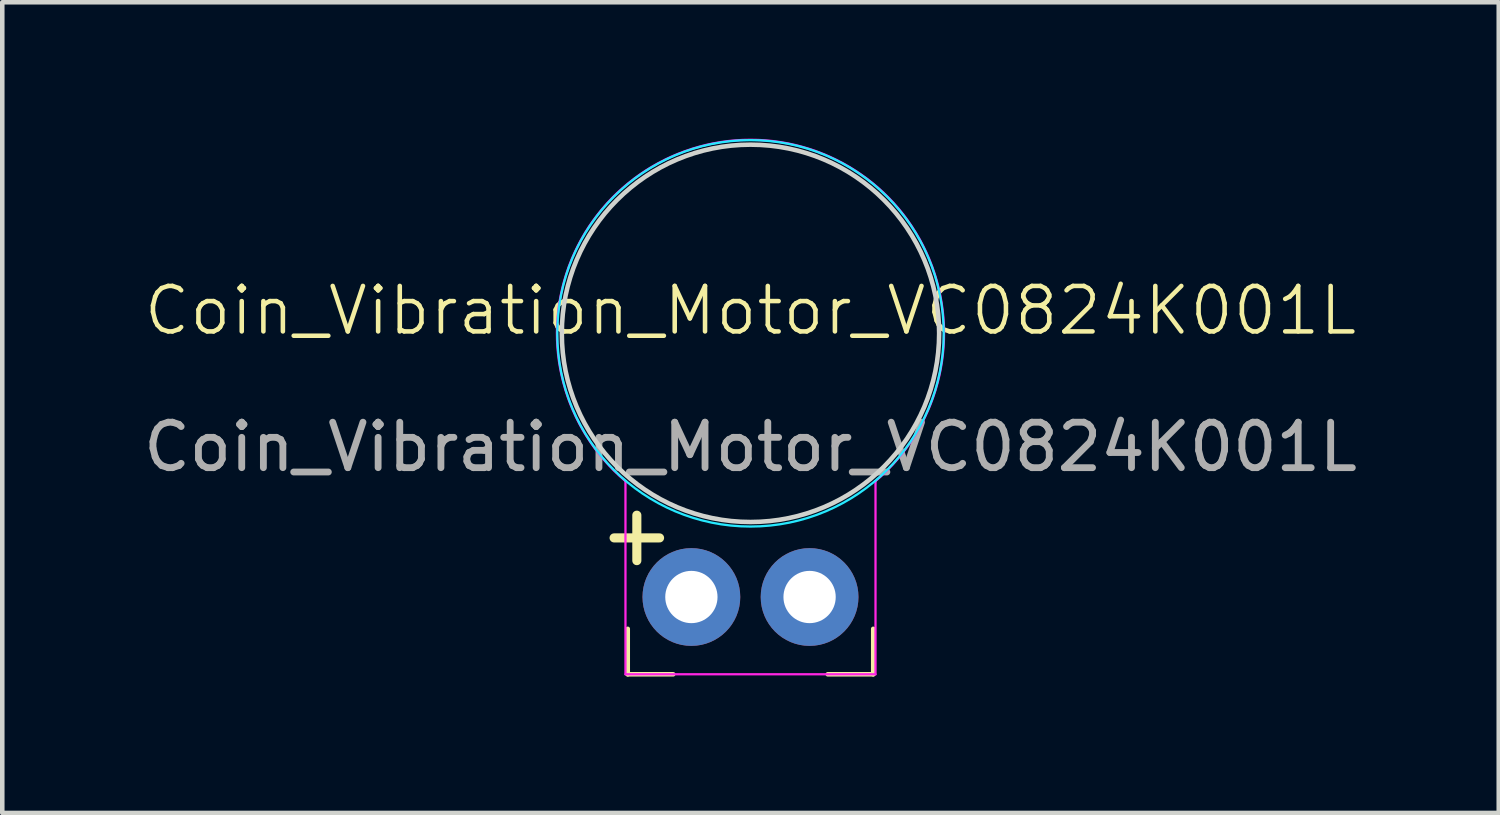
<source format=kicad_pcb>
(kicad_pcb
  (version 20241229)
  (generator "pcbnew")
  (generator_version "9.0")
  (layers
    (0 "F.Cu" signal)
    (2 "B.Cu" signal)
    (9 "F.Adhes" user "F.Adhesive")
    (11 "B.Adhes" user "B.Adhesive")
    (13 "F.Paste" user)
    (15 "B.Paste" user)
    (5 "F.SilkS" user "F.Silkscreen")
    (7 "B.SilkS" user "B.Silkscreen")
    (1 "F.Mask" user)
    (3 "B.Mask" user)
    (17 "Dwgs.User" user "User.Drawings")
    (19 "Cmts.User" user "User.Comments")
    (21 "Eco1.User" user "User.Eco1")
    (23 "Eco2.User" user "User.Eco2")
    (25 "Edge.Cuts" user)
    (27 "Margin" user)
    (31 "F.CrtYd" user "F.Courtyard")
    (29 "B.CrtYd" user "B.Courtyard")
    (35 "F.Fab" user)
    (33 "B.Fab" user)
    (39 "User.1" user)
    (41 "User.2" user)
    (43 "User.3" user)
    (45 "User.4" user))
  (footprint "Coin_Vibration_Motor_VC0824K001L"
    (layer "F.Cu")
    (at 13.458 4.282)
    (property "Reference" "Coin_Vibration_Motor_VC0824K001L" (at 0 -0.5 0) (unlocked yes) (layer "F.SilkS") (effects (font (size 1 1) (thickness 0.1))))
    (attr smd)
    (fp_line (start -3 4.5) (end -2 4.5) (stroke (width 0.2) (type default)) (layer "F.SilkS"))
    (fp_line (start -2.7 7.5) (end -2.7 6.5) (stroke (width 0.1) (type default)) (layer "F.SilkS"))
    (fp_line (start -2.7 7.5) (end -1.7 7.5) (stroke (width 0.1) (type default)) (layer "F.SilkS"))
    (fp_line (start -2.5 4) (end -2.5 5) (stroke (width 0.2) (type default)) (layer "F.SilkS"))
    (fp_line (start 2.7 7.5) (end 1.7 7.5) (stroke (width 0.1) (type default)) (layer "F.SilkS"))
    (fp_line (start 2.7 7.5) (end 2.7 6.5) (stroke (width 0.1) (type default)) (layer "F.SilkS"))
    (fp_circle (center 0 0) (end 4.15 0) (stroke (width 0.1) (type default)) (fill no) (layer "Edge.Cuts"))
    (fp_circle (center 0 0) (end 4.25 0) (stroke (width 0.05) (type default)) (fill no) (layer "B.CrtYd"))
    (fp_line (start -2.75 7.5) (end -2.75 3.25) (stroke (width 0.05) (type default)) (layer "F.CrtYd"))
    (fp_line (start 2.75 7.5) (end -2.75 7.5) (stroke (width 0.05) (type default)) (layer "F.CrtYd"))
    (fp_line (start 2.75 7.5) (end 2.75 3.25) (stroke (width 0.05) (type default)) (layer "F.CrtYd"))
    (fp_arc (start -2.75 3.25) (mid 0 -4.257347) (end 2.75 3.25) (stroke (width 0.05) (type default)) (layer "F.CrtYd"))
    (fp_text user "${REFERENCE}" (at 0 2.5 0) (unlocked yes) (layer "F.Fab") (effects (font (size 1 1) (thickness 0.15))))
    (pad "1" thru_hole circle (at -1.3 5.8) (size 2.15 2.15) (drill 1.15) (layers "*.Cu" "*.Mask"))
    (pad "2" thru_hole circle (at 1.3 5.8) (size 2.15 2.15) (drill 1.15) (layers "*.Cu" "*.Mask")))
  (gr_rect
    (start -3 -3)
    (end 29.917 14.832)
    (stroke (width 0.1) (type default))
    (fill no)
    (layer "Edge.Cuts")))
</source>
